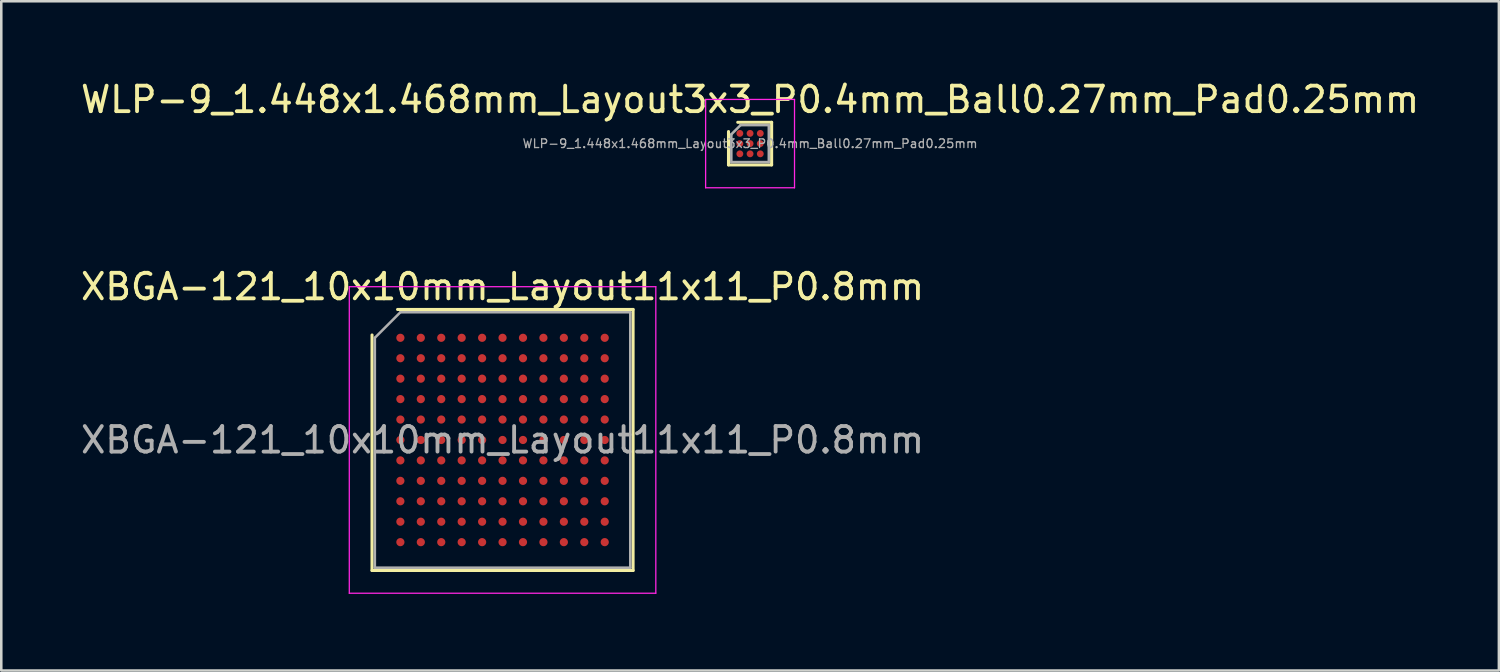
<source format=kicad_pcb>
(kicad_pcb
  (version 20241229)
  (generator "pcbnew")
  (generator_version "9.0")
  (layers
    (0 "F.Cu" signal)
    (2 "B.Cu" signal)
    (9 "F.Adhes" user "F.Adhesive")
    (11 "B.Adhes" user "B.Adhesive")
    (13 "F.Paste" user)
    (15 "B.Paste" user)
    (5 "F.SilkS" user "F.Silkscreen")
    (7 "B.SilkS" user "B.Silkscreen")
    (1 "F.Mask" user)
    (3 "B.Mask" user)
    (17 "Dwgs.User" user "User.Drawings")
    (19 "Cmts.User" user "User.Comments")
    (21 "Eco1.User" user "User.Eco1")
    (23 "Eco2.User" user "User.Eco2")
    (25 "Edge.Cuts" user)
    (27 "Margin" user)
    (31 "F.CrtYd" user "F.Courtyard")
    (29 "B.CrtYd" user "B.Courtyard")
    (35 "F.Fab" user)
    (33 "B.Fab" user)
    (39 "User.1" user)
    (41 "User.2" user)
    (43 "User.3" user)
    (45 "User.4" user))
  (footprint "WLP-9_1.448x1.468mm_Layout3x3_P0.4mm_Ball0.27mm_Pad0.25mm"
    (layer "F.Cu")
    (at 26.315 2.572)
    (property "Reference" "WLP-9_1.448x1.468mm_Layout3x3_P0.4mm_Ball0.27mm_Pad0.25mm" (at 0 -1.724 0) (layer "F.SilkS") (effects (font (size 1 1) (thickness 0.15))))
    (attr smd)
    (fp_line (start -0.844 0.834) (end -0.844 -0.472) (stroke (width 0.12) (type solid)) (layer "F.SilkS"))
    (fp_line (start -0.482 -0.834) (end 0.844 -0.834) (stroke (width 0.12) (type solid)) (layer "F.SilkS"))
    (fp_line (start 0.844 -0.834) (end 0.844 0.834) (stroke (width 0.12) (type solid)) (layer "F.SilkS"))
    (fp_line (start 0.844 0.834) (end -0.844 0.834) (stroke (width 0.12) (type solid)) (layer "F.SilkS"))
    (fp_line (start -1.74 -1.73) (end -1.74 1.73) (stroke (width 0.05) (type solid)) (layer "F.CrtYd"))
    (fp_line (start -1.74 1.73) (end 1.74 1.73) (stroke (width 0.05) (type solid)) (layer "F.CrtYd"))
    (fp_line (start 1.74 -1.73) (end -1.74 -1.73) (stroke (width 0.05) (type solid)) (layer "F.CrtYd"))
    (fp_line (start 1.74 1.73) (end 1.74 -1.73) (stroke (width 0.05) (type solid)) (layer "F.CrtYd"))
    (fp_line (start -0.734 -0.362) (end -0.372 -0.724) (stroke (width 0.1) (type solid)) (layer "F.Fab"))
    (fp_line (start -0.734 0.724) (end -0.734 -0.362) (stroke (width 0.1) (type solid)) (layer "F.Fab"))
    (fp_line (start -0.372 -0.724) (end 0.734 -0.724) (stroke (width 0.1) (type solid)) (layer "F.Fab"))
    (fp_line (start 0.734 -0.724) (end 0.734 0.724) (stroke (width 0.1) (type solid)) (layer "F.Fab"))
    (fp_line (start 0.734 0.724) (end -0.734 0.724) (stroke (width 0.1) (type solid)) (layer "F.Fab"))
    (fp_text user "${REFERENCE}" (at 0 0 0) (layer "F.Fab") (effects (font (size 0.34 0.34) (thickness 0.051))))
    (pad "A1" smd circle (at -0.4 -0.4) (size 0.27 0.27) (layers "F.Cu" "F.Mask" "F.Paste"))
    (pad "A2" smd circle (at 0 -0.4) (size 0.27 0.27) (layers "F.Cu" "F.Mask" "F.Paste"))
    (pad "A3" smd circle (at 0.4 -0.4) (size 0.27 0.27) (layers "F.Cu" "F.Mask" "F.Paste"))
    (pad "B1" smd circle (at -0.4 0) (size 0.27 0.27) (layers "F.Cu" "F.Mask" "F.Paste"))
    (pad "B2" smd circle (at 0 0) (size 0.27 0.27) (layers "F.Cu" "F.Mask" "F.Paste"))
    (pad "B3" smd circle (at 0.4 0) (size 0.27 0.27) (layers "F.Cu" "F.Mask" "F.Paste"))
    (pad "C1" smd circle (at -0.4 0.4) (size 0.27 0.27) (layers "F.Cu" "F.Mask" "F.Paste"))
    (pad "C2" smd circle (at 0 0.4) (size 0.27 0.27) (layers "F.Cu" "F.Mask" "F.Paste"))
    (pad "C3" smd circle (at 0.4 0.4) (size 0.27 0.27) (layers "F.Cu" "F.Mask" "F.Paste")))
  (footprint "XBGA-121_10x10mm_Layout11x11_P0.8mm"
    (layer "F.Cu")
    (at 16.625 14.175)
    (property "Reference" "XBGA-121_10x10mm_Layout11x11_P0.8mm" (at 0 -6 0) (layer "F.SilkS") (effects (font (size 1 1) (thickness 0.15))))
    (attr smd)
    (fp_line (start -5.11 5.11) (end -5.11 -4.11) (stroke (width 0.12) (type solid)) (layer "F.SilkS"))
    (fp_line (start -4.11 -5.11) (end 5.11 -5.11) (stroke (width 0.12) (type solid)) (layer "F.SilkS"))
    (fp_line (start 5.11 -5.11) (end 5.11 5.11) (stroke (width 0.12) (type solid)) (layer "F.SilkS"))
    (fp_line (start 5.11 5.11) (end -5.11 5.11) (stroke (width 0.12) (type solid)) (layer "F.SilkS"))
    (fp_line (start -6 -6) (end -6 6) (stroke (width 0.05) (type solid)) (layer "F.CrtYd"))
    (fp_line (start -6 6) (end 6 6) (stroke (width 0.05) (type solid)) (layer "F.CrtYd"))
    (fp_line (start 6 -6) (end -6 -6) (stroke (width 0.05) (type solid)) (layer "F.CrtYd"))
    (fp_line (start 6 6) (end 6 -6) (stroke (width 0.05) (type solid)) (layer "F.CrtYd"))
    (fp_line (start -5 -4) (end -4 -5) (stroke (width 0.1) (type solid)) (layer "F.Fab"))
    (fp_line (start -5 5) (end -5 -4) (stroke (width 0.1) (type solid)) (layer "F.Fab"))
    (fp_line (start -4 -5) (end 5 -5) (stroke (width 0.1) (type solid)) (layer "F.Fab"))
    (fp_line (start 5 -5) (end 5 5) (stroke (width 0.1) (type solid)) (layer "F.Fab"))
    (fp_line (start 5 5) (end -5 5) (stroke (width 0.1) (type solid)) (layer "F.Fab"))
    (fp_text user "${REFERENCE}" (at 0 0 0) (layer "F.Fab") (effects (font (size 1 1) (thickness 0.15))))
    (pad "A1" smd circle (at -4 -4) (size 0.32 0.32) (layers "F.Cu" "F.Mask" "F.Paste"))
    (pad "A2" smd circle (at -3.2 -4) (size 0.32 0.32) (layers "F.Cu" "F.Mask" "F.Paste"))
    (pad "A3" smd circle (at -2.4 -4) (size 0.32 0.32) (layers "F.Cu" "F.Mask" "F.Paste"))
    (pad "A4" smd circle (at -1.6 -4) (size 0.32 0.32) (layers "F.Cu" "F.Mask" "F.Paste"))
    (pad "A5" smd circle (at -0.8 -4) (size 0.32 0.32) (layers "F.Cu" "F.Mask" "F.Paste"))
    (pad "A6" smd circle (at 0 -4) (size 0.32 0.32) (layers "F.Cu" "F.Mask" "F.Paste"))
    (pad "A7" smd circle (at 0.8 -4) (size 0.32 0.32) (layers "F.Cu" "F.Mask" "F.Paste"))
    (pad "A8" smd circle (at 1.6 -4) (size 0.32 0.32) (layers "F.Cu" "F.Mask" "F.Paste"))
    (pad "A9" smd circle (at 2.4 -4) (size 0.32 0.32) (layers "F.Cu" "F.Mask" "F.Paste"))
    (pad "A10" smd circle (at 3.2 -4) (size 0.32 0.32) (layers "F.Cu" "F.Mask" "F.Paste"))
    (pad "A11" smd circle (at 4 -4) (size 0.32 0.32) (layers "F.Cu" "F.Mask" "F.Paste"))
    (pad "B1" smd circle (at -4 -3.2) (size 0.32 0.32) (layers "F.Cu" "F.Mask" "F.Paste"))
    (pad "B2" smd circle (at -3.2 -3.2) (size 0.32 0.32) (layers "F.Cu" "F.Mask" "F.Paste"))
    (pad "B3" smd circle (at -2.4 -3.2) (size 0.32 0.32) (layers "F.Cu" "F.Mask" "F.Paste"))
    (pad "B4" smd circle (at -1.6 -3.2) (size 0.32 0.32) (layers "F.Cu" "F.Mask" "F.Paste"))
    (pad "B5" smd circle (at -0.8 -3.2) (size 0.32 0.32) (layers "F.Cu" "F.Mask" "F.Paste"))
    (pad "B6" smd circle (at 0 -3.2) (size 0.32 0.32) (layers "F.Cu" "F.Mask" "F.Paste"))
    (pad "B7" smd circle (at 0.8 -3.2) (size 0.32 0.32) (layers "F.Cu" "F.Mask" "F.Paste"))
    (pad "B8" smd circle (at 1.6 -3.2) (size 0.32 0.32) (layers "F.Cu" "F.Mask" "F.Paste"))
    (pad "B9" smd circle (at 2.4 -3.2) (size 0.32 0.32) (layers "F.Cu" "F.Mask" "F.Paste"))
    (pad "B10" smd circle (at 3.2 -3.2) (size 0.32 0.32) (layers "F.Cu" "F.Mask" "F.Paste"))
    (pad "B11" smd circle (at 4 -3.2) (size 0.32 0.32) (layers "F.Cu" "F.Mask" "F.Paste"))
    (pad "C1" smd circle (at -4 -2.4) (size 0.32 0.32) (layers "F.Cu" "F.Mask" "F.Paste"))
    (pad "C2" smd circle (at -3.2 -2.4) (size 0.32 0.32) (layers "F.Cu" "F.Mask" "F.Paste"))
    (pad "C3" smd circle (at -2.4 -2.4) (size 0.32 0.32) (layers "F.Cu" "F.Mask" "F.Paste"))
    (pad "C4" smd circle (at -1.6 -2.4) (size 0.32 0.32) (layers "F.Cu" "F.Mask" "F.Paste"))
    (pad "C5" smd circle (at -0.8 -2.4) (size 0.32 0.32) (layers "F.Cu" "F.Mask" "F.Paste"))
    (pad "C6" smd circle (at 0 -2.4) (size 0.32 0.32) (layers "F.Cu" "F.Mask" "F.Paste"))
    (pad "C7" smd circle (at 0.8 -2.4) (size 0.32 0.32) (layers "F.Cu" "F.Mask" "F.Paste"))
    (pad "C8" smd circle (at 1.6 -2.4) (size 0.32 0.32) (layers "F.Cu" "F.Mask" "F.Paste"))
    (pad "C9" smd circle (at 2.4 -2.4) (size 0.32 0.32) (layers "F.Cu" "F.Mask" "F.Paste"))
    (pad "C10" smd circle (at 3.2 -2.4) (size 0.32 0.32) (layers "F.Cu" "F.Mask" "F.Paste"))
    (pad "C11" smd circle (at 4 -2.4) (size 0.32 0.32) (layers "F.Cu" "F.Mask" "F.Paste"))
    (pad "D1" smd circle (at -4 -1.6) (size 0.32 0.32) (layers "F.Cu" "F.Mask" "F.Paste"))
    (pad "D2" smd circle (at -3.2 -1.6) (size 0.32 0.32) (layers "F.Cu" "F.Mask" "F.Paste"))
    (pad "D3" smd circle (at -2.4 -1.6) (size 0.32 0.32) (layers "F.Cu" "F.Mask" "F.Paste"))
    (pad "D4" smd circle (at -1.6 -1.6) (size 0.32 0.32) (layers "F.Cu" "F.Mask" "F.Paste"))
    (pad "D5" smd circle (at -0.8 -1.6) (size 0.32 0.32) (layers "F.Cu" "F.Mask" "F.Paste"))
    (pad "D6" smd circle (at 0 -1.6) (size 0.32 0.32) (layers "F.Cu" "F.Mask" "F.Paste"))
    (pad "D7" smd circle (at 0.8 -1.6) (size 0.32 0.32) (layers "F.Cu" "F.Mask" "F.Paste"))
    (pad "D8" smd circle (at 1.6 -1.6) (size 0.32 0.32) (layers "F.Cu" "F.Mask" "F.Paste"))
    (pad "D9" smd circle (at 2.4 -1.6) (size 0.32 0.32) (layers "F.Cu" "F.Mask" "F.Paste"))
    (pad "D10" smd circle (at 3.2 -1.6) (size 0.32 0.32) (layers "F.Cu" "F.Mask" "F.Paste"))
    (pad "D11" smd circle (at 4 -1.6) (size 0.32 0.32) (layers "F.Cu" "F.Mask" "F.Paste"))
    (pad "E1" smd circle (at -4 -0.8) (size 0.32 0.32) (layers "F.Cu" "F.Mask" "F.Paste"))
    (pad "E2" smd circle (at -3.2 -0.8) (size 0.32 0.32) (layers "F.Cu" "F.Mask" "F.Paste"))
    (pad "E3" smd circle (at -2.4 -0.8) (size 0.32 0.32) (layers "F.Cu" "F.Mask" "F.Paste"))
    (pad "E4" smd circle (at -1.6 -0.8) (size 0.32 0.32) (layers "F.Cu" "F.Mask" "F.Paste"))
    (pad "E5" smd circle (at -0.8 -0.8) (size 0.32 0.32) (layers "F.Cu" "F.Mask" "F.Paste"))
    (pad "E6" smd circle (at 0 -0.8) (size 0.32 0.32) (layers "F.Cu" "F.Mask" "F.Paste"))
    (pad "E7" smd circle (at 0.8 -0.8) (size 0.32 0.32) (layers "F.Cu" "F.Mask" "F.Paste"))
    (pad "E8" smd circle (at 1.6 -0.8) (size 0.32 0.32) (layers "F.Cu" "F.Mask" "F.Paste"))
    (pad "E9" smd circle (at 2.4 -0.8) (size 0.32 0.32) (layers "F.Cu" "F.Mask" "F.Paste"))
    (pad "E10" smd circle (at 3.2 -0.8) (size 0.32 0.32) (layers "F.Cu" "F.Mask" "F.Paste"))
    (pad "E11" smd circle (at 4 -0.8) (size 0.32 0.32) (layers "F.Cu" "F.Mask" "F.Paste"))
    (pad "F1" smd circle (at -4 0) (size 0.32 0.32) (layers "F.Cu" "F.Mask" "F.Paste"))
    (pad "F2" smd circle (at -3.2 0) (size 0.32 0.32) (layers "F.Cu" "F.Mask" "F.Paste"))
    (pad "F3" smd circle (at -2.4 0) (size 0.32 0.32) (layers "F.Cu" "F.Mask" "F.Paste"))
    (pad "F4" smd circle (at -1.6 0) (size 0.32 0.32) (layers "F.Cu" "F.Mask" "F.Paste"))
    (pad "F5" smd circle (at -0.8 0) (size 0.32 0.32) (layers "F.Cu" "F.Mask" "F.Paste"))
    (pad "F6" smd circle (at 0 0) (size 0.32 0.32) (layers "F.Cu" "F.Mask" "F.Paste"))
    (pad "F7" smd circle (at 0.8 0) (size 0.32 0.32) (layers "F.Cu" "F.Mask" "F.Paste"))
    (pad "F8" smd circle (at 1.6 0) (size 0.32 0.32) (layers "F.Cu" "F.Mask" "F.Paste"))
    (pad "F9" smd circle (at 2.4 0) (size 0.32 0.32) (layers "F.Cu" "F.Mask" "F.Paste"))
    (pad "F10" smd circle (at 3.2 0) (size 0.32 0.32) (layers "F.Cu" "F.Mask" "F.Paste"))
    (pad "F11" smd circle (at 4 0) (size 0.32 0.32) (layers "F.Cu" "F.Mask" "F.Paste"))
    (pad "G1" smd circle (at -4 0.8) (size 0.32 0.32) (layers "F.Cu" "F.Mask" "F.Paste"))
    (pad "G2" smd circle (at -3.2 0.8) (size 0.32 0.32) (layers "F.Cu" "F.Mask" "F.Paste"))
    (pad "G3" smd circle (at -2.4 0.8) (size 0.32 0.32) (layers "F.Cu" "F.Mask" "F.Paste"))
    (pad "G4" smd circle (at -1.6 0.8) (size 0.32 0.32) (layers "F.Cu" "F.Mask" "F.Paste"))
    (pad "G5" smd circle (at -0.8 0.8) (size 0.32 0.32) (layers "F.Cu" "F.Mask" "F.Paste"))
    (pad "G6" smd circle (at 0 0.8) (size 0.32 0.32) (layers "F.Cu" "F.Mask" "F.Paste"))
    (pad "G7" smd circle (at 0.8 0.8) (size 0.32 0.32) (layers "F.Cu" "F.Mask" "F.Paste"))
    (pad "G8" smd circle (at 1.6 0.8) (size 0.32 0.32) (layers "F.Cu" "F.Mask" "F.Paste"))
    (pad "G9" smd circle (at 2.4 0.8) (size 0.32 0.32) (layers "F.Cu" "F.Mask" "F.Paste"))
    (pad "G10" smd circle (at 3.2 0.8) (size 0.32 0.32) (layers "F.Cu" "F.Mask" "F.Paste"))
    (pad "G11" smd circle (at 4 0.8) (size 0.32 0.32) (layers "F.Cu" "F.Mask" "F.Paste"))
    (pad "H1" smd circle (at -4 1.6) (size 0.32 0.32) (layers "F.Cu" "F.Mask" "F.Paste"))
    (pad "H2" smd circle (at -3.2 1.6) (size 0.32 0.32) (layers "F.Cu" "F.Mask" "F.Paste"))
    (pad "H3" smd circle (at -2.4 1.6) (size 0.32 0.32) (layers "F.Cu" "F.Mask" "F.Paste"))
    (pad "H4" smd circle (at -1.6 1.6) (size 0.32 0.32) (layers "F.Cu" "F.Mask" "F.Paste"))
    (pad "H5" smd circle (at -0.8 1.6) (size 0.32 0.32) (layers "F.Cu" "F.Mask" "F.Paste"))
    (pad "H6" smd circle (at 0 1.6) (size 0.32 0.32) (layers "F.Cu" "F.Mask" "F.Paste"))
    (pad "H7" smd circle (at 0.8 1.6) (size 0.32 0.32) (layers "F.Cu" "F.Mask" "F.Paste"))
    (pad "H8" smd circle (at 1.6 1.6) (size 0.32 0.32) (layers "F.Cu" "F.Mask" "F.Paste"))
    (pad "H9" smd circle (at 2.4 1.6) (size 0.32 0.32) (layers "F.Cu" "F.Mask" "F.Paste"))
    (pad "H10" smd circle (at 3.2 1.6) (size 0.32 0.32) (layers "F.Cu" "F.Mask" "F.Paste"))
    (pad "H11" smd circle (at 4 1.6) (size 0.32 0.32) (layers "F.Cu" "F.Mask" "F.Paste"))
    (pad "J1" smd circle (at -4 2.4) (size 0.32 0.32) (layers "F.Cu" "F.Mask" "F.Paste"))
    (pad "J2" smd circle (at -3.2 2.4) (size 0.32 0.32) (layers "F.Cu" "F.Mask" "F.Paste"))
    (pad "J3" smd circle (at -2.4 2.4) (size 0.32 0.32) (layers "F.Cu" "F.Mask" "F.Paste"))
    (pad "J4" smd circle (at -1.6 2.4) (size 0.32 0.32) (layers "F.Cu" "F.Mask" "F.Paste"))
    (pad "J5" smd circle (at -0.8 2.4) (size 0.32 0.32) (layers "F.Cu" "F.Mask" "F.Paste"))
    (pad "J6" smd circle (at 0 2.4) (size 0.32 0.32) (layers "F.Cu" "F.Mask" "F.Paste"))
    (pad "J7" smd circle (at 0.8 2.4) (size 0.32 0.32) (layers "F.Cu" "F.Mask" "F.Paste"))
    (pad "J8" smd circle (at 1.6 2.4) (size 0.32 0.32) (layers "F.Cu" "F.Mask" "F.Paste"))
    (pad "J9" smd circle (at 2.4 2.4) (size 0.32 0.32) (layers "F.Cu" "F.Mask" "F.Paste"))
    (pad "J10" smd circle (at 3.2 2.4) (size 0.32 0.32) (layers "F.Cu" "F.Mask" "F.Paste"))
    (pad "J11" smd circle (at 4 2.4) (size 0.32 0.32) (layers "F.Cu" "F.Mask" "F.Paste"))
    (pad "K1" smd circle (at -4 3.2) (size 0.32 0.32) (layers "F.Cu" "F.Mask" "F.Paste"))
    (pad "K2" smd circle (at -3.2 3.2) (size 0.32 0.32) (layers "F.Cu" "F.Mask" "F.Paste"))
    (pad "K3" smd circle (at -2.4 3.2) (size 0.32 0.32) (layers "F.Cu" "F.Mask" "F.Paste"))
    (pad "K4" smd circle (at -1.6 3.2) (size 0.32 0.32) (layers "F.Cu" "F.Mask" "F.Paste"))
    (pad "K5" smd circle (at -0.8 3.2) (size 0.32 0.32) (layers "F.Cu" "F.Mask" "F.Paste"))
    (pad "K6" smd circle (at 0 3.2) (size 0.32 0.32) (layers "F.Cu" "F.Mask" "F.Paste"))
    (pad "K7" smd circle (at 0.8 3.2) (size 0.32 0.32) (layers "F.Cu" "F.Mask" "F.Paste"))
    (pad "K8" smd circle (at 1.6 3.2) (size 0.32 0.32) (layers "F.Cu" "F.Mask" "F.Paste"))
    (pad "K9" smd circle (at 2.4 3.2) (size 0.32 0.32) (layers "F.Cu" "F.Mask" "F.Paste"))
    (pad "K10" smd circle (at 3.2 3.2) (size 0.32 0.32) (layers "F.Cu" "F.Mask" "F.Paste"))
    (pad "K11" smd circle (at 4 3.2) (size 0.32 0.32) (layers "F.Cu" "F.Mask" "F.Paste"))
    (pad "L1" smd circle (at -4 4) (size 0.32 0.32) (layers "F.Cu" "F.Mask" "F.Paste"))
    (pad "L2" smd circle (at -3.2 4) (size 0.32 0.32) (layers "F.Cu" "F.Mask" "F.Paste"))
    (pad "L3" smd circle (at -2.4 4) (size 0.32 0.32) (layers "F.Cu" "F.Mask" "F.Paste"))
    (pad "L4" smd circle (at -1.6 4) (size 0.32 0.32) (layers "F.Cu" "F.Mask" "F.Paste"))
    (pad "L5" smd circle (at -0.8 4) (size 0.32 0.32) (layers "F.Cu" "F.Mask" "F.Paste"))
    (pad "L6" smd circle (at 0 4) (size 0.32 0.32) (layers "F.Cu" "F.Mask" "F.Paste"))
    (pad "L7" smd circle (at 0.8 4) (size 0.32 0.32) (layers "F.Cu" "F.Mask" "F.Paste"))
    (pad "L8" smd circle (at 1.6 4) (size 0.32 0.32) (layers "F.Cu" "F.Mask" "F.Paste"))
    (pad "L9" smd circle (at 2.4 4) (size 0.32 0.32) (layers "F.Cu" "F.Mask" "F.Paste"))
    (pad "L10" smd circle (at 3.2 4) (size 0.32 0.32) (layers "F.Cu" "F.Mask" "F.Paste"))
    (pad "L11" smd circle (at 4 4) (size 0.32 0.32) (layers "F.Cu" "F.Mask" "F.Paste")))
  (gr_rect
    (start -3 -3)
    (end 55.631 23.201)
    (stroke (width 0.1) (type default))
    (fill no)
    (layer "Edge.Cuts")))
</source>
